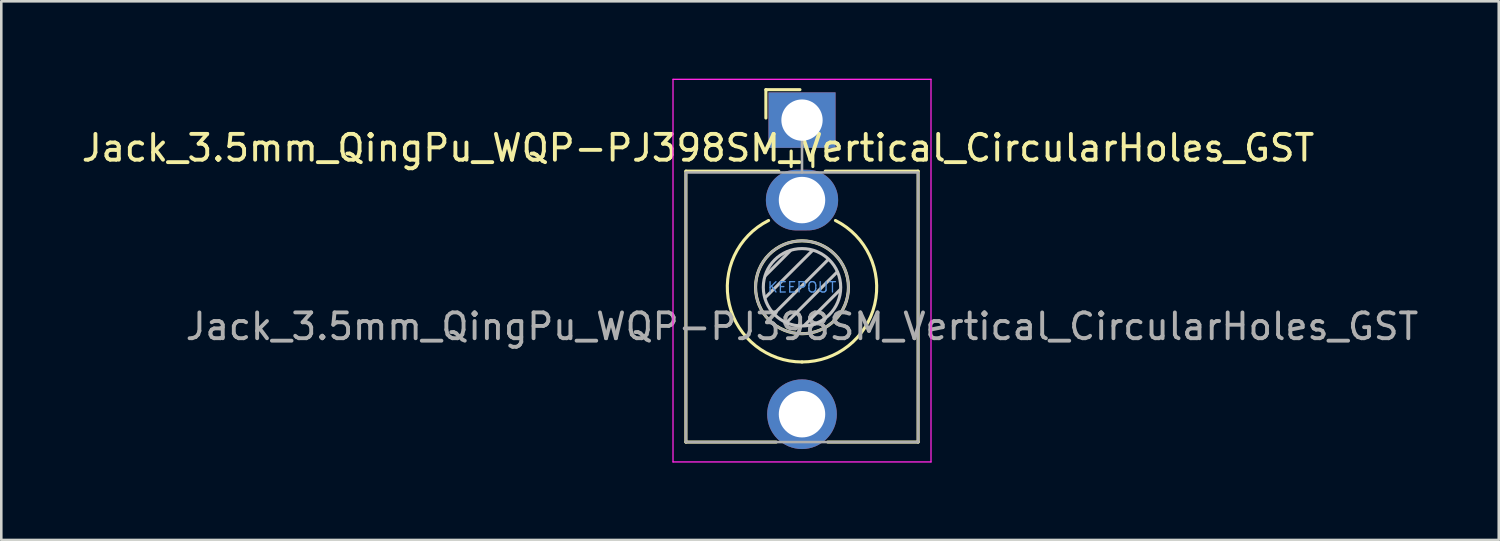
<source format=kicad_pcb>
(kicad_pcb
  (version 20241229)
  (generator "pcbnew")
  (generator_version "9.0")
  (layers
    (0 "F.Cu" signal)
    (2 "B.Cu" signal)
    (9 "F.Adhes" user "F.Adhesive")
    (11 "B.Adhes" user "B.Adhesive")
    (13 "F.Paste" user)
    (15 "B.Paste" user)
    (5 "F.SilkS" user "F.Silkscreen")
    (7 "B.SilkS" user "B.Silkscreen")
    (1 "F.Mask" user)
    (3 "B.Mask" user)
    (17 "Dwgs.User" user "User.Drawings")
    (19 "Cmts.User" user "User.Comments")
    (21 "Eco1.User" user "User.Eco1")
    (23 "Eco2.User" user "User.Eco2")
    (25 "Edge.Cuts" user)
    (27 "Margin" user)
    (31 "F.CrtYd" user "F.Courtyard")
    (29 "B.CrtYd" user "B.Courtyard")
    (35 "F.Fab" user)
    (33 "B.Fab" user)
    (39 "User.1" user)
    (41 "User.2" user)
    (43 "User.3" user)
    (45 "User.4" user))
  (footprint "Jack_3.5mm_QingPu_WQP-PJ398SM_Vertical_CircularHoles_GST"
    (layer "F.Cu")
    (at 28.036 1.605)
    (property "Reference" "Jack_3.5mm_QingPu_WQP-PJ398SM_Vertical_CircularHoles_GST" (at -4.03 1.08 180) (layer "F.SilkS") (effects (font (size 1 1) (thickness 0.15))))
    (attr through_hole)
    (fp_line (start -4.5 1.98) (end -4.5 12.48) (stroke (width 0.12) (type solid)) (layer "F.SilkS"))
    (fp_line (start -1.4 -1.18) (end -1.4 -0.08) (stroke (width 0.12) (type solid)) (layer "F.SilkS"))
    (fp_line (start -1.4 -1.18) (end -0.08 -1.18) (stroke (width 0.12) (type solid)) (layer "F.SilkS"))
    (fp_line (start -1 12.48) (end -4.5 12.48) (stroke (width 0.12) (type solid)) (layer "F.SilkS"))
    (fp_line (start -0.9 1.98) (end -4.5 1.98) (stroke (width 0.12) (type solid)) (layer "F.SilkS"))
    (fp_line (start -0.42 1.2) (end -0.42 1.8) (stroke (width 0.12) (type solid)) (layer "F.SilkS"))
    (fp_line (start 0.42 1.2) (end 0.42 1.8) (stroke (width 0.12) (type solid)) (layer "F.SilkS"))
    (fp_line (start 4.5 1.98) (end 0.9 1.98) (stroke (width 0.12) (type solid)) (layer "F.SilkS"))
    (fp_line (start 4.5 1.98) (end 4.5 12.48) (stroke (width 0.12) (type solid)) (layer "F.SilkS"))
    (fp_line (start 4.5 12.48) (end 1 12.48) (stroke (width 0.12) (type solid)) (layer "F.SilkS"))
    (fp_arc (start 0 9.375) (mid -2.817353 7.145994) (end -1.296263 3.891423) (stroke (width 0.12) (type solid)) (layer "F.SilkS"))
    (fp_arc (start 1.296263 3.891423) (mid 2.817353 7.145994) (end 0 9.375) (stroke (width 0.12) (type solid)) (layer "F.SilkS"))
    (fp_circle (center 0 6.48) (end 1.8 6.48) (stroke (width 0.12) (type solid)) (fill no) (layer "F.SilkS"))
    (fp_line (start -1.42 6.875) (end 0.4 5.06) (stroke (width 0.12) (type solid)) (layer "Dwgs.User"))
    (fp_line (start -1.41 6.02) (end -0.46 5.07) (stroke (width 0.12) (type solid)) (layer "Dwgs.User"))
    (fp_line (start -1.07 7.49) (end 1.01 5.41) (stroke (width 0.12) (type solid)) (layer "Dwgs.User"))
    (fp_line (start -0.58 7.83) (end 1.36 5.89) (stroke (width 0.12) (type solid)) (layer "Dwgs.User"))
    (fp_line (start 0.09 7.96) (end 1.48 6.57) (stroke (width 0.12) (type solid)) (layer "Dwgs.User"))
    (fp_circle (center 0 6.48) (end 1.5 6.48) (stroke (width 0.12) (type solid)) (fill no) (layer "Dwgs.User"))
    (fp_line (start -5 13.25) (end -5 -1.58) (stroke (width 0.05) (type solid)) (layer "F.CrtYd"))
    (fp_line (start 5 -1.58) (end -5 -1.58) (stroke (width 0.05) (type solid)) (layer "F.CrtYd"))
    (fp_line (start 5 13.25) (end -5 13.25) (stroke (width 0.05) (type solid)) (layer "F.CrtYd"))
    (fp_line (start 5 13.25) (end 5 -1.58) (stroke (width 0.05) (type solid)) (layer "F.CrtYd"))
    (fp_line (start -4.5 12.48) (end -4.5 2.08) (stroke (width 0.1) (type solid)) (layer "F.Fab"))
    (fp_line (start 0 0) (end 0 2.03) (stroke (width 0.1) (type solid)) (layer "F.Fab"))
    (fp_line (start 4.5 2.03) (end -4.5 2.03) (stroke (width 0.1) (type solid)) (layer "F.Fab"))
    (fp_line (start 4.5 12.48) (end -4.5 12.48) (stroke (width 0.1) (type solid)) (layer "F.Fab"))
    (fp_line (start 4.5 12.48) (end 4.5 2.08) (stroke (width 0.1) (type solid)) (layer "F.Fab"))
    (fp_circle (center 0 6.48) (end 1.8 6.48) (stroke (width 0.1) (type solid)) (fill no) (layer "F.Fab"))
    (fp_text user "KEEPOUT" (at 0 6.48 0) (layer "Cmts.User") (effects (font (size 0.4 0.4) (thickness 0.051))))
    (fp_text user "${REFERENCE}" (at 0 8 180) (layer "F.Fab") (effects (font (size 1 1) (thickness 0.15))))
    (pad "G" thru_hole rect (at 0 0 180) (size 2.6 2.15) (drill 1.6) (layers "*.Cu" "*.Mask"))
    (pad "S" thru_hole oval (at 0 3.1 180) (size 2.8 2.35) (drill 1.8) (layers "*.Cu" "*.Mask"))
    (pad "T" thru_hole circle (at 0 11.4 180) (size 2.7 2.7) (drill 1.8) (layers "*.Cu" "*.Mask")))
  (gr_rect
    (start -3 -3)
    (end 55.042 17.88)
    (stroke (width 0.1) (type default))
    (fill no)
    (layer "Edge.Cuts")))
</source>
